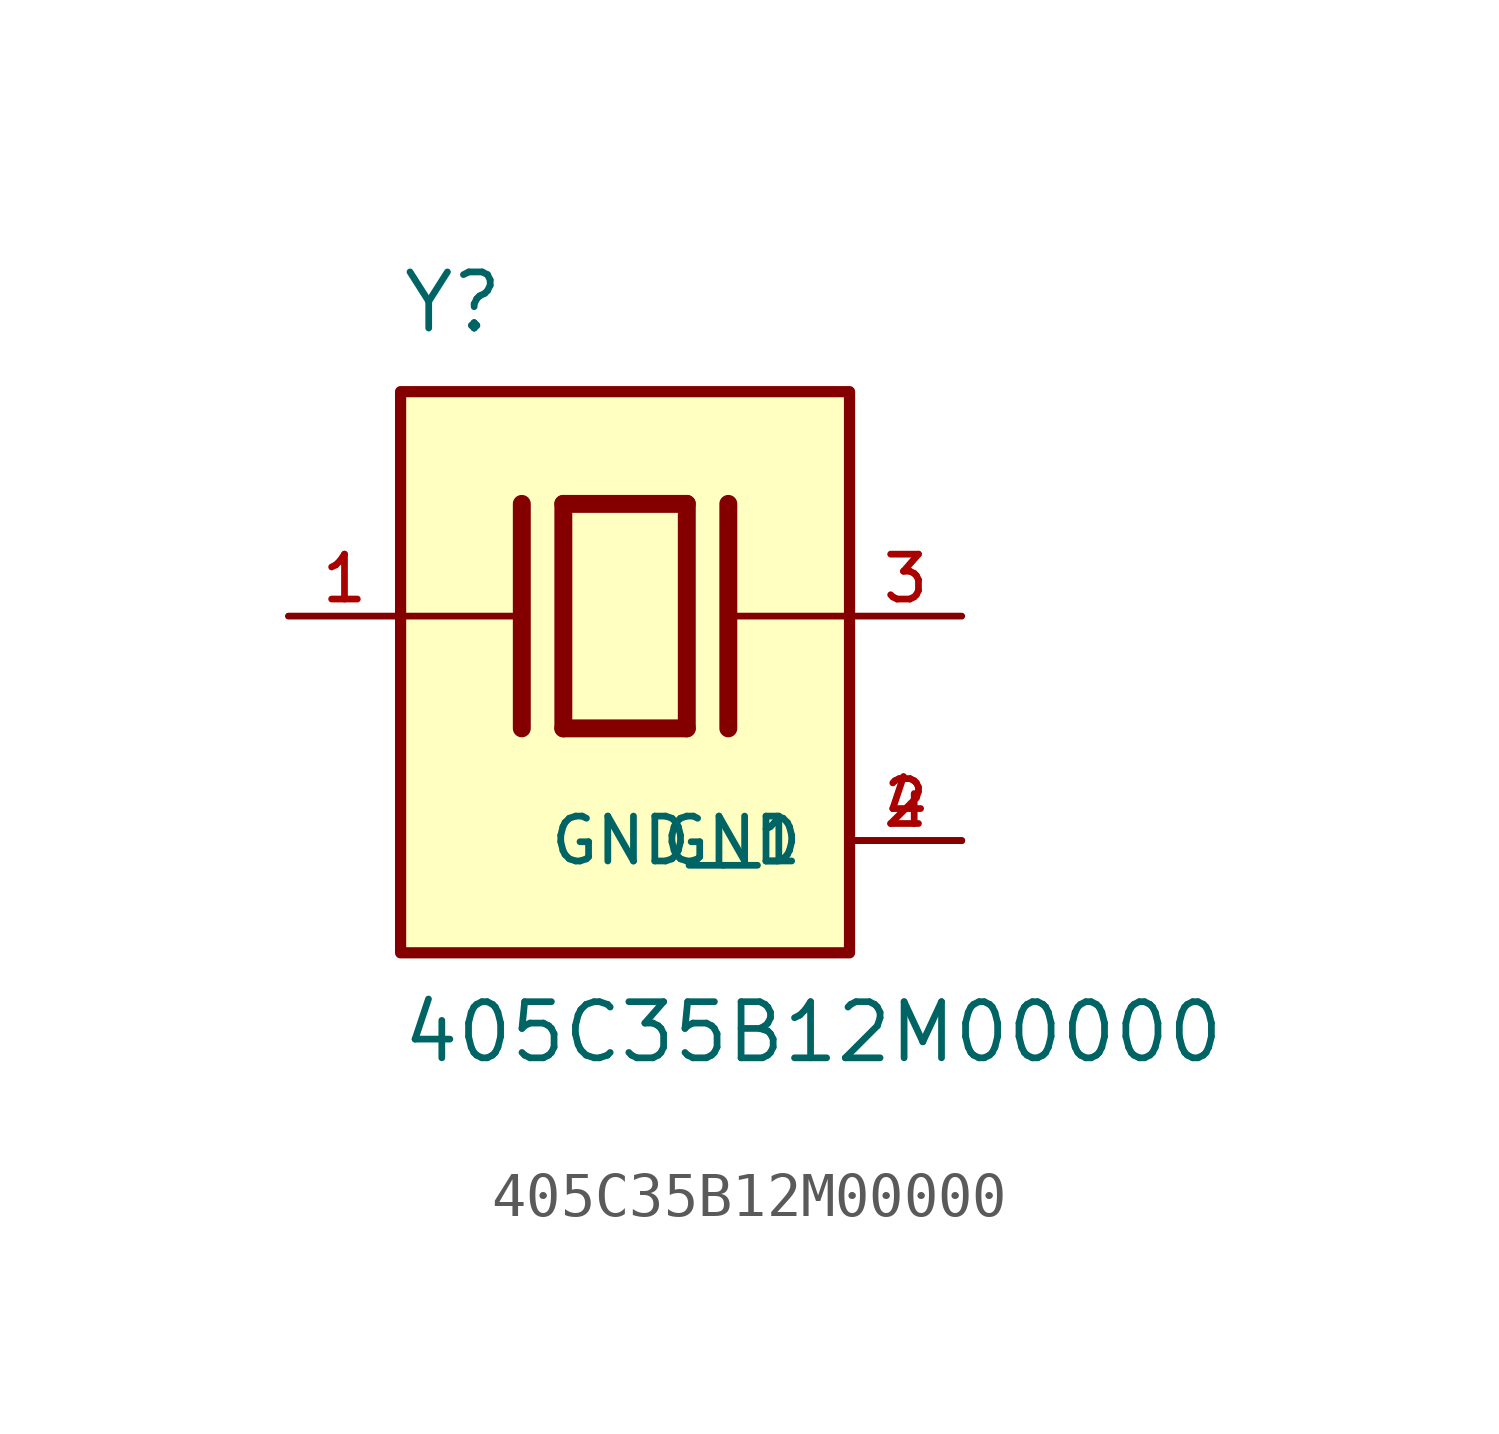
<source format=kicad_sym>
(kicad_symbol_lib
  (version 20211014)
  (generator kicad_symbol_editor)
  (symbol "405C35B12M00000"
    (pin_names
      (offset 1.016))
    (property "Reference" "Y"
      (at -5.088 6.356 0)
      (effects (font (size 1.27 1.27)) (justify bottom left)))
    (property "Value" "405C35B12M00000"
      (at -5.094 -10.16 0)
      (effects (font (size 1.27 1.27)) (justify bottom left)))
    (symbol "405C35B12M00000_0_0"
      (polyline (pts (xy -1.397 2.54) (xy 1.397 2.54)) (stroke (width 0.406)))
      (polyline (pts (xy 1.397 2.54) (xy 1.397 -2.54)) (stroke (width 0.406)))
      (polyline (pts (xy 1.397 -2.54) (xy -1.397 -2.54)) (stroke (width 0.406)))
      (polyline (pts (xy -1.397 2.54) (xy -1.397 -2.54)) (stroke (width 0.406)))
      (polyline (pts (xy 2.337 2.54) (xy 2.337 -2.54)) (stroke (width 0.406)))
      (polyline (pts (xy -2.337 2.54) (xy -2.337 -2.54)) (stroke (width 0.406)))
      (polyline (pts (xy -5.08 0.0) (xy -2.54 0.0)) (stroke (width 0.152)))
      (polyline (pts (xy 2.54 0.0) (xy 5.08 0.0)) (stroke (width 0.152)))
      (rectangle (start -5.08 -7.62) (end 5.08 5.08) (stroke (width 0.254)) (fill (type background)))
      (pin passive line (at 7.62 0.0 180.0) (length 2.54) (name "~" (effects (font (size 1.016 1.016)))) (number "3" (effects (font (size 1.016 1.016)))))
      (pin passive line (at -7.62 0.0 0) (length 2.54) (name "~" (effects (font (size 1.016 1.016)))) (number "1" (effects (font (size 1.016 1.016)))))
      (pin power_in line (at 7.62 -5.08 180.0) (length 2.54) (name "GND" (effects (font (size 1.016 1.016)))) (number "2" (effects (font (size 1.016 1.016)))))
      (pin power_in line (at 7.62 -5.08 180.0) (length 2.54) (name "GND__1" (effects (font (size 1.016 1.016)))) (number "4" (effects (font (size 1.016 1.016))))))))
</source>
